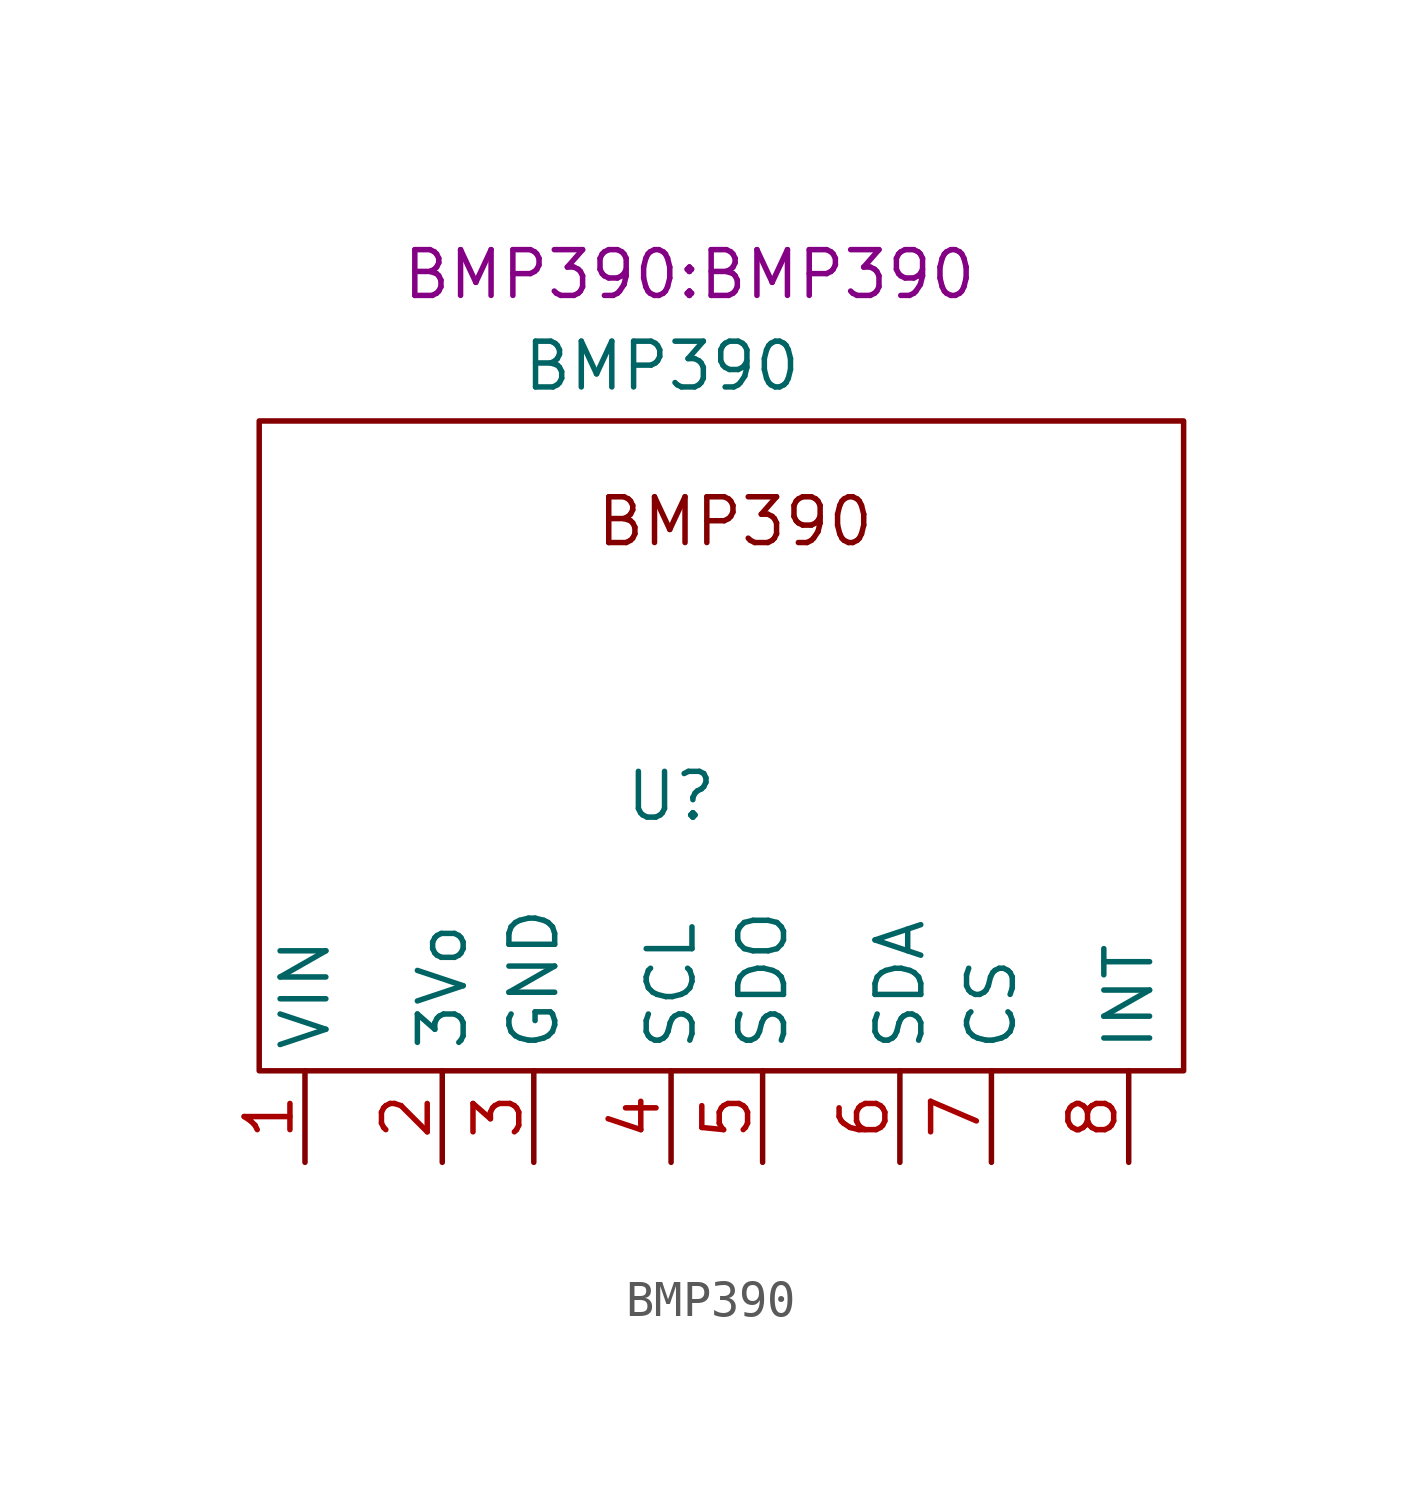
<source format=kicad_sym>
(kicad_symbol_lib
  (version 20231120)
  (generator "kicad_symbol_editor")
  (generator_version "8.0")
  (symbol "BMP390"
    (property "Reference" "U"
      (at 0 0 0)
      (effects (font (size 1.27 1.27))))
    (property "Value" "BMP390"
      (at -0.254 11.938 0)
      (effects (font (size 1.27 1.27))))
    (property "Footprint" "BMP390:BMP390"
      (at 0.508 14.478 0)
      (effects (font (size 1.27 1.27))))
    (symbol "BMP390_0_1"
      (rectangle (start -11.43 -7.62) (end 14.224 10.414) (stroke (width 0) (type default)) (fill (type none))))
    (symbol "BMP390_1_1"
      (text "BMP390\n" (at 1.778 7.62 0) (effects (font (size 1.27 1.27))))
      (pin input line (at -10.16 -10.16 90) (length 2.54) (name "VIN" (effects (font (size 1.27 1.27)))) (number "1" (effects (font (size 1.27 1.27)))))
      (pin output line (at -6.35 -10.16 90) (length 2.54) (name "3Vo" (effects (font (size 1.27 1.27)))) (number "2" (effects (font (size 1.27 1.27)))))
      (pin input line (at -3.81 -10.16 90) (length 2.54) (name "GND" (effects (font (size 1.27 1.27)))) (number "3" (effects (font (size 1.27 1.27)))))
      (pin bidirectional line (at 0 -10.16 90) (length 2.54) (name "SCL" (effects (font (size 1.27 1.27)))) (number "4" (effects (font (size 1.27 1.27)))))
      (pin output line (at 2.54 -10.16 90) (length 2.54) (name "SDO" (effects (font (size 1.27 1.27)))) (number "5" (effects (font (size 1.27 1.27)))))
      (pin bidirectional line (at 6.35 -10.16 90) (length 2.54) (name "SDA" (effects (font (size 1.27 1.27)))) (number "6" (effects (font (size 1.27 1.27)))))
      (pin input line (at 8.89 -10.16 90) (length 2.54) (name "CS" (effects (font (size 1.27 1.27)))) (number "7" (effects (font (size 1.27 1.27)))))
      (pin output line (at 12.7 -10.16 90) (length 2.54) (name "INT" (effects (font (size 1.27 1.27)))) (number "8" (effects (font (size 1.27 1.27))))))))
</source>
